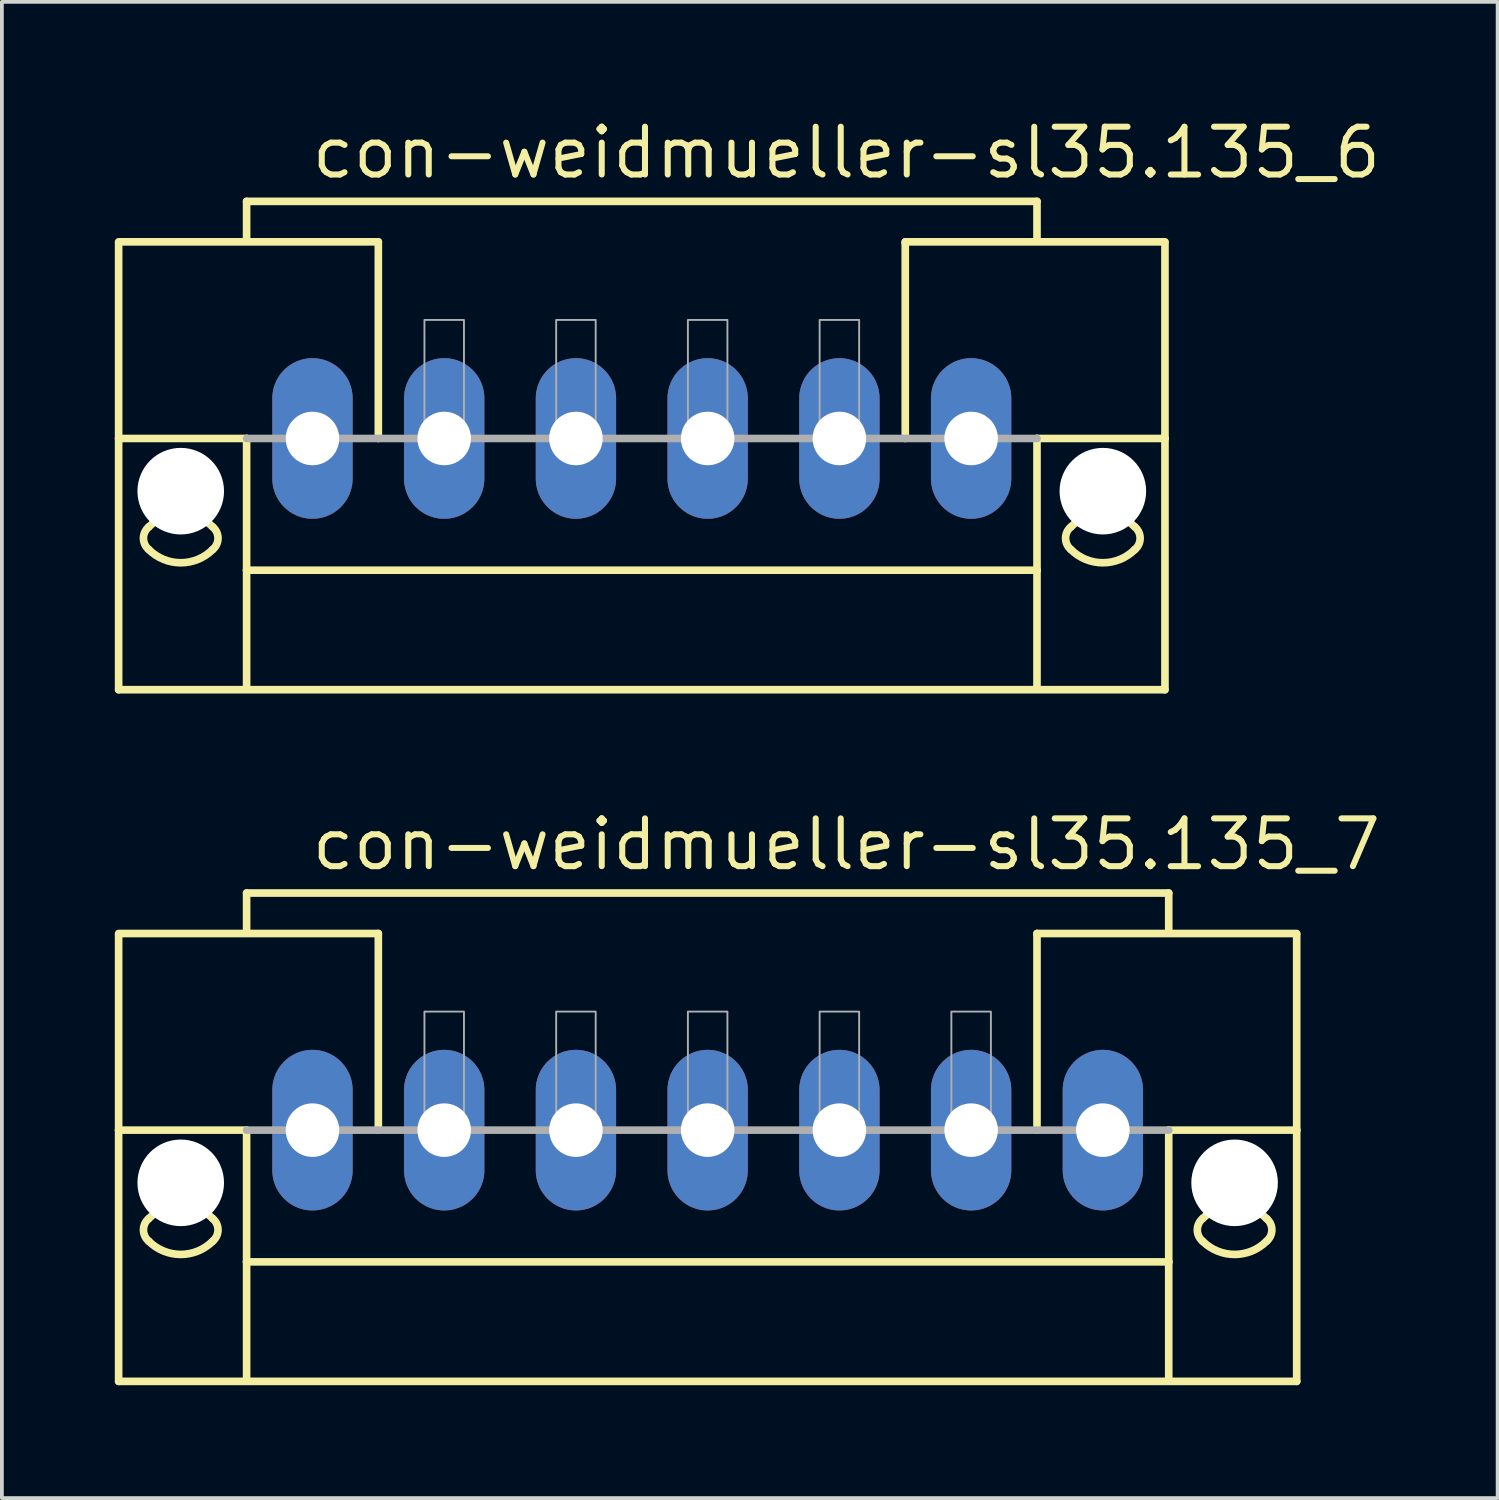
<source format=kicad_pcb>
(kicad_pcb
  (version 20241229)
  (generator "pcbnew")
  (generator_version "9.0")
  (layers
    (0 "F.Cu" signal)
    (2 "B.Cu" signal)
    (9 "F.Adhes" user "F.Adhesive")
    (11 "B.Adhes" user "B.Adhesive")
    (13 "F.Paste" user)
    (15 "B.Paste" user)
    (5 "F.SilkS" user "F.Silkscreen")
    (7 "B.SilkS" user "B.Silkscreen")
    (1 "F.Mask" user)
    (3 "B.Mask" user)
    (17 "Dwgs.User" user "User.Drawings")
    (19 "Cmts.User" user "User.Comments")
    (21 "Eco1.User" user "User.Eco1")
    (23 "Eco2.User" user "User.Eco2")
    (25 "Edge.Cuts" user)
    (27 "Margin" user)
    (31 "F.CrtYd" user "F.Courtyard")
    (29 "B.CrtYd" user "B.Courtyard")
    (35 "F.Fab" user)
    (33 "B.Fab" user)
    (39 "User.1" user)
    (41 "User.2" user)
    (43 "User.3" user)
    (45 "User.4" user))
  (footprint "con-weidmueller-sl35.135_6"
    (layer "F.Cu")
    (at 14.002 8.6)
    (property "Reference" "con-weidmueller-sl35.135_6" (at -8.85 -6.85 0) (layer "F.SilkS") (effects (font (size 1.27 1.27) (thickness 0.16)) (justify left bottom)))
    (attr through_hole)
    (fp_line (start -13.9 -5.225) (end -7 -5.225) (stroke (width 0.203) (type default)) (layer "F.SilkS"))
    (fp_line (start -13.9 -5.2) (end -13.9 0) (stroke (width 0.203) (type default)) (layer "F.SilkS"))
    (fp_line (start -13.9 0) (end -13.9 6.675) (stroke (width 0.203) (type default)) (layer "F.SilkS"))
    (fp_line (start -13.9 0) (end -10.5 0) (stroke (width 0.203) (type default)) (layer "F.SilkS"))
    (fp_line (start -13.9 6.675) (end 13.9 6.675) (stroke (width 0.203) (type default)) (layer "F.SilkS"))
    (fp_line (start -10.5 -6.3) (end 10.5 -6.3) (stroke (width 0.203) (type default)) (layer "F.SilkS"))
    (fp_line (start -10.5 -5.3) (end -10.5 -6.3) (stroke (width 0.203) (type default)) (layer "F.SilkS"))
    (fp_line (start -10.5 0) (end -10.5 3.5) (stroke (width 0.203) (type default)) (layer "F.SilkS"))
    (fp_line (start -10.5 3.5) (end 10.5 3.5) (stroke (width 0.203) (type default)) (layer "F.SilkS"))
    (fp_line (start -10.5 6.65) (end -10.5 3.5) (stroke (width 0.203) (type default)) (layer "F.SilkS"))
    (fp_line (start -7 -5.225) (end -7 -5.2) (stroke (width 0.203) (type default)) (layer "F.SilkS"))
    (fp_line (start -7 -5.175) (end -7 0) (stroke (width 0.203) (type default)) (layer "F.SilkS"))
    (fp_line (start 7 -5.225) (end 13.9 -5.225) (stroke (width 0.203) (type default)) (layer "F.SilkS"))
    (fp_line (start 7 -5.2) (end 7 -5.225) (stroke (width 0.203) (type default)) (layer "F.SilkS"))
    (fp_line (start 7 0) (end 7 -5.175) (stroke (width 0.203) (type default)) (layer "F.SilkS"))
    (fp_line (start 10.5 -6.3) (end 10.5 -5.3) (stroke (width 0.203) (type default)) (layer "F.SilkS"))
    (fp_line (start 10.5 3.5) (end 10.5 0) (stroke (width 0.203) (type default)) (layer "F.SilkS"))
    (fp_line (start 10.5 6.65) (end 10.5 3.5) (stroke (width 0.203) (type default)) (layer "F.SilkS"))
    (fp_line (start 13.9 0) (end 10.5 0) (stroke (width 0.203) (type default)) (layer "F.SilkS"))
    (fp_line (start 13.9 0) (end 13.9 -5.2) (stroke (width 0.203) (type default)) (layer "F.SilkS"))
    (fp_line (start 13.9 6.675) (end 13.9 0) (stroke (width 0.203) (type default)) (layer "F.SilkS"))
    (fp_arc (start -13.1 2.35) (mid -12.25 1.997918) (end -11.4 2.35) (stroke (width 0.2032) (type default)) (layer "F.SilkS"))
    (fp_arc (start -13.1 2.95) (mid -13.240512 2.65) (end -13.1 2.35) (stroke (width 0.2032) (type default)) (layer "F.SilkS"))
    (fp_arc (start -11.4 2.35) (mid -11.259488 2.65) (end -11.4 2.95) (stroke (width 0.2032) (type default)) (layer "F.SilkS"))
    (fp_arc (start -11.4 2.95) (mid -12.25 3.302082) (end -13.1 2.95) (stroke (width 0.2032) (type default)) (layer "F.SilkS"))
    (fp_arc (start 11.4 2.35) (mid 12.25 1.997918) (end 13.1 2.35) (stroke (width 0.2032) (type default)) (layer "F.SilkS"))
    (fp_arc (start 11.4 2.95) (mid 11.259488 2.65) (end 11.4 2.35) (stroke (width 0.2032) (type default)) (layer "F.SilkS"))
    (fp_arc (start 13.1 2.35) (mid 13.240512 2.65) (end 13.1 2.95) (stroke (width 0.2032) (type default)) (layer "F.SilkS"))
    (fp_arc (start 13.1 2.95) (mid 12.25 3.302082) (end 11.4 2.95) (stroke (width 0.2032) (type default)) (layer "F.SilkS"))
    (fp_line (start 10.5 0) (end -10.5 0) (stroke (width 0.203) (type default)) (layer "F.Fab"))
    (fp_rect (start -5.775 0) (end -4.725 -3.15) (stroke (width 0.05) (type default)) (fill no) (layer "F.Fab"))
    (fp_rect (start -2.275 0) (end -1.225 -3.15) (stroke (width 0.05) (type default)) (fill no) (layer "F.Fab"))
    (fp_rect (start 1.225 0) (end 2.275 -3.15) (stroke (width 0.05) (type default)) (fill no) (layer "F.Fab"))
    (fp_rect (start 4.725 0) (end 5.775 -3.15) (stroke (width 0.05) (type default)) (fill no) (layer "F.Fab"))
    (pad "" np_thru_hole circle (at -12.25 1.4) (size 2.3 2.3) (drill 2.3) (layers "*.Cu" "*.Mask"))
    (pad "" np_thru_hole circle (at 12.25 1.4) (size 2.3 2.3) (drill 2.3) (layers "*.Cu" "*.Mask"))
    (pad "1" thru_hole oval (at -8.75 0 90) (size 4.267 2.134) (drill 1.422) (layers "*.Cu" "*.Mask"))
    (pad "2" thru_hole oval (at -5.25 0 90) (size 4.267 2.134) (drill 1.422) (layers "*.Cu" "*.Mask"))
    (pad "3" thru_hole oval (at -1.75 0 90) (size 4.267 2.134) (drill 1.422) (layers "*.Cu" "*.Mask"))
    (pad "4" thru_hole oval (at 1.75 0 90) (size 4.267 2.134) (drill 1.422) (layers "*.Cu" "*.Mask"))
    (pad "5" thru_hole oval (at 5.25 0 90) (size 4.267 2.134) (drill 1.422) (layers "*.Cu" "*.Mask"))
    (pad "6" thru_hole oval (at 8.75 0 90) (size 4.267 2.134) (drill 1.422) (layers "*.Cu" "*.Mask")))
  (footprint "con-weidmueller-sl35.135_7"
    (layer "F.Cu")
    (at 15.752 26.977)
    (property "Reference" "con-weidmueller-sl35.135_7" (at -10.6 -6.85 0) (layer "F.SilkS") (effects (font (size 1.27 1.27) (thickness 0.16)) (justify left bottom)))
    (attr through_hole)
    (fp_line (start -15.65 -5.225) (end -8.75 -5.225) (stroke (width 0.203) (type default)) (layer "F.SilkS"))
    (fp_line (start -15.65 -5.2) (end -15.65 0) (stroke (width 0.203) (type default)) (layer "F.SilkS"))
    (fp_line (start -15.65 0) (end -15.65 6.675) (stroke (width 0.203) (type default)) (layer "F.SilkS"))
    (fp_line (start -15.65 0) (end -12.25 0) (stroke (width 0.203) (type default)) (layer "F.SilkS"))
    (fp_line (start -15.65 6.675) (end 15.65 6.675) (stroke (width 0.203) (type default)) (layer "F.SilkS"))
    (fp_line (start -12.25 -6.3) (end 12.25 -6.3) (stroke (width 0.203) (type default)) (layer "F.SilkS"))
    (fp_line (start -12.25 -5.3) (end -12.25 -6.3) (stroke (width 0.203) (type default)) (layer "F.SilkS"))
    (fp_line (start -12.25 0) (end -12.25 3.5) (stroke (width 0.203) (type default)) (layer "F.SilkS"))
    (fp_line (start -12.25 3.5) (end 12.25 3.5) (stroke (width 0.203) (type default)) (layer "F.SilkS"))
    (fp_line (start -12.25 6.65) (end -12.25 3.5) (stroke (width 0.203) (type default)) (layer "F.SilkS"))
    (fp_line (start -8.75 -5.225) (end -8.75 -5.2) (stroke (width 0.203) (type default)) (layer "F.SilkS"))
    (fp_line (start -8.75 -5.175) (end -8.75 0) (stroke (width 0.203) (type default)) (layer "F.SilkS"))
    (fp_line (start 8.75 -5.225) (end 15.65 -5.225) (stroke (width 0.203) (type default)) (layer "F.SilkS"))
    (fp_line (start 8.75 -5.2) (end 8.75 -5.225) (stroke (width 0.203) (type default)) (layer "F.SilkS"))
    (fp_line (start 8.75 0) (end 8.75 -5.175) (stroke (width 0.203) (type default)) (layer "F.SilkS"))
    (fp_line (start 12.25 -6.3) (end 12.25 -5.3) (stroke (width 0.203) (type default)) (layer "F.SilkS"))
    (fp_line (start 12.25 3.5) (end 12.25 0) (stroke (width 0.203) (type default)) (layer "F.SilkS"))
    (fp_line (start 12.25 6.65) (end 12.25 3.5) (stroke (width 0.203) (type default)) (layer "F.SilkS"))
    (fp_line (start 15.65 0) (end 12.25 0) (stroke (width 0.203) (type default)) (layer "F.SilkS"))
    (fp_line (start 15.65 0) (end 15.65 -5.2) (stroke (width 0.203) (type default)) (layer "F.SilkS"))
    (fp_line (start 15.65 6.675) (end 15.65 0) (stroke (width 0.203) (type default)) (layer "F.SilkS"))
    (fp_arc (start -14.85 2.35) (mid -14 1.997918) (end -13.15 2.35) (stroke (width 0.2032) (type default)) (layer "F.SilkS"))
    (fp_arc (start -14.85 2.95) (mid -14.990512 2.65) (end -14.85 2.35) (stroke (width 0.2032) (type default)) (layer "F.SilkS"))
    (fp_arc (start -13.15 2.35) (mid -13.009488 2.65) (end -13.15 2.95) (stroke (width 0.2032) (type default)) (layer "F.SilkS"))
    (fp_arc (start -13.15 2.95) (mid -14 3.302082) (end -14.85 2.95) (stroke (width 0.2032) (type default)) (layer "F.SilkS"))
    (fp_arc (start 13.15 2.35) (mid 14 1.997918) (end 14.85 2.35) (stroke (width 0.2032) (type default)) (layer "F.SilkS"))
    (fp_arc (start 13.15 2.95) (mid 13.009488 2.65) (end 13.15 2.35) (stroke (width 0.2032) (type default)) (layer "F.SilkS"))
    (fp_arc (start 14.85 2.35) (mid 14.990512 2.65) (end 14.85 2.95) (stroke (width 0.2032) (type default)) (layer "F.SilkS"))
    (fp_arc (start 14.85 2.95) (mid 14 3.302082) (end 13.15 2.95) (stroke (width 0.2032) (type default)) (layer "F.SilkS"))
    (fp_line (start 12.25 0) (end -12.25 0) (stroke (width 0.203) (type default)) (layer "F.Fab"))
    (fp_rect (start -7.525 0) (end -6.475 -3.15) (stroke (width 0.05) (type default)) (fill no) (layer "F.Fab"))
    (fp_rect (start -4.025 0) (end -2.975 -3.15) (stroke (width 0.05) (type default)) (fill no) (layer "F.Fab"))
    (fp_rect (start -0.525 0) (end 0.525 -3.15) (stroke (width 0.05) (type default)) (fill no) (layer "F.Fab"))
    (fp_rect (start 2.975 0) (end 4.025 -3.15) (stroke (width 0.05) (type default)) (fill no) (layer "F.Fab"))
    (fp_rect (start 6.475 0) (end 7.525 -3.15) (stroke (width 0.05) (type default)) (fill no) (layer "F.Fab"))
    (pad "" np_thru_hole circle (at -14 1.4) (size 2.3 2.3) (drill 2.3) (layers "*.Cu" "*.Mask"))
    (pad "" np_thru_hole circle (at 14 1.4) (size 2.3 2.3) (drill 2.3) (layers "*.Cu" "*.Mask"))
    (pad "1" thru_hole oval (at -10.5 0 90) (size 4.267 2.134) (drill 1.422) (layers "*.Cu" "*.Mask"))
    (pad "2" thru_hole oval (at -7 0 90) (size 4.267 2.134) (drill 1.422) (layers "*.Cu" "*.Mask"))
    (pad "3" thru_hole oval (at -3.5 0 90) (size 4.267 2.134) (drill 1.422) (layers "*.Cu" "*.Mask"))
    (pad "4" thru_hole oval (at 0 0 90) (size 4.267 2.134) (drill 1.422) (layers "*.Cu" "*.Mask"))
    (pad "5" thru_hole oval (at 3.5 0 90) (size 4.267 2.134) (drill 1.422) (layers "*.Cu" "*.Mask"))
    (pad "6" thru_hole oval (at 7 0 90) (size 4.267 2.134) (drill 1.422) (layers "*.Cu" "*.Mask"))
    (pad "7" thru_hole oval (at 10.5 0 90) (size 4.267 2.134) (drill 1.422) (layers "*.Cu" "*.Mask")))
  (gr_rect
    (start -3 -3)
    (end 36.741 36.753)
    (stroke (width 0.1) (type default))
    (fill no)
    (layer "Edge.Cuts")))
</source>
